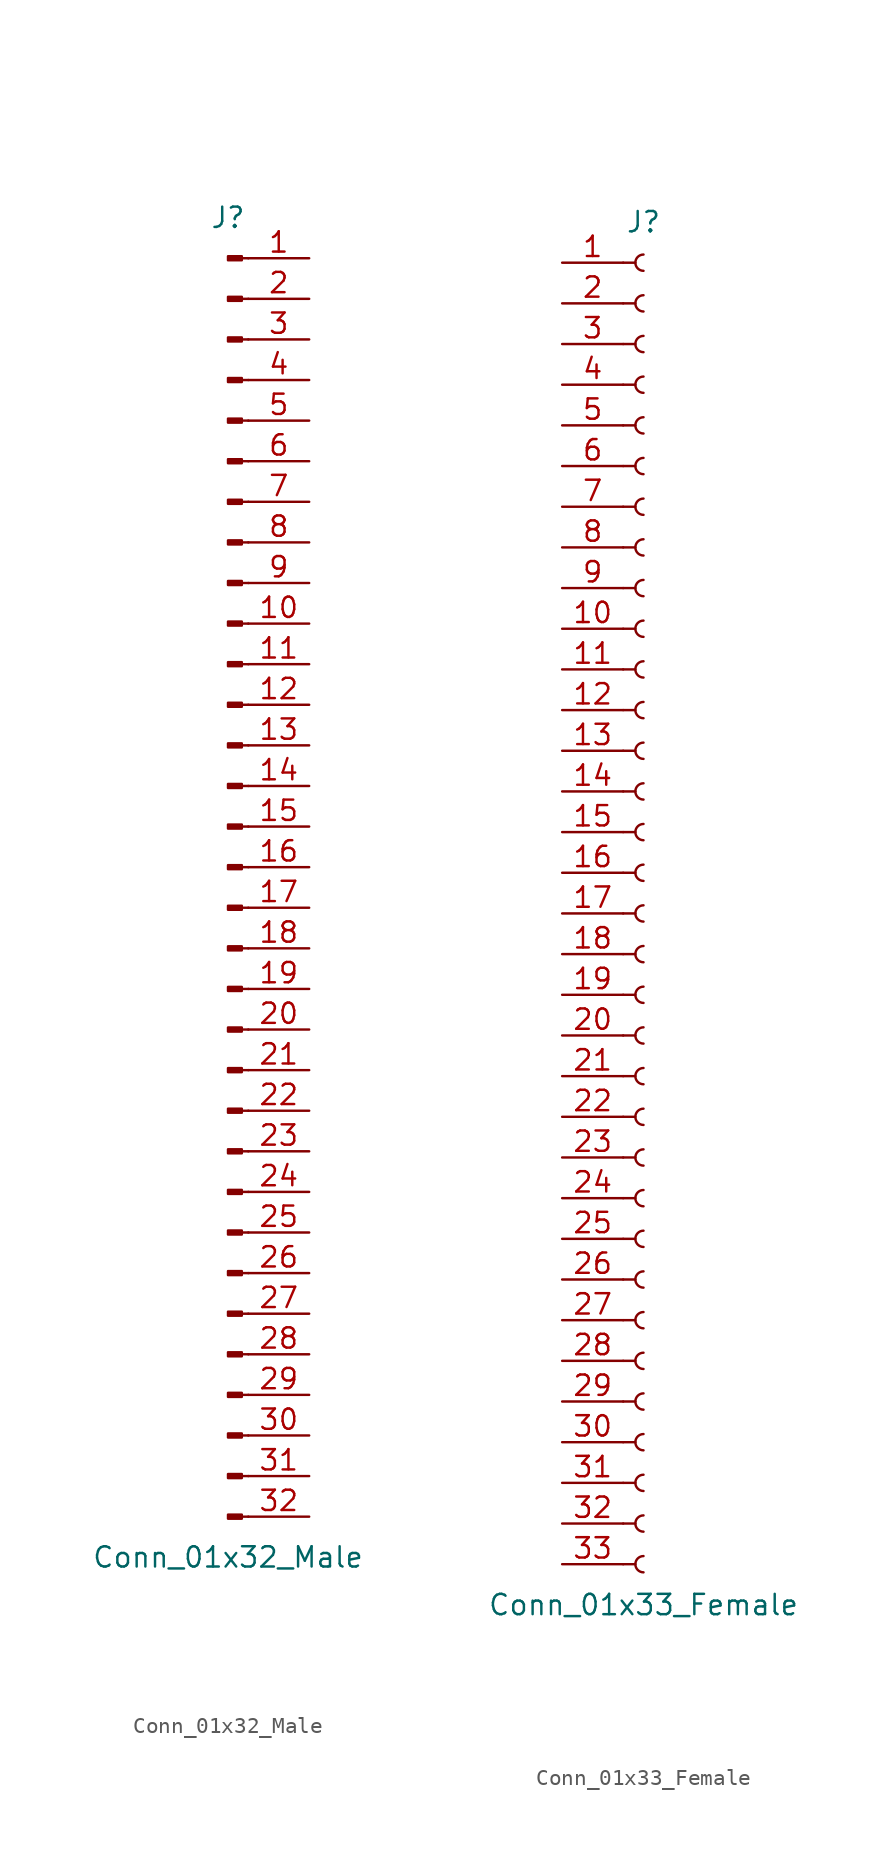
<source format=kicad_sym>
(kicad_symbol_lib
  (version 20201005)
  (generator kicad_symbol_editor)
  (symbol "Connector:Conn_01x32_Male"
    (pin_names
      (offset 1.016) hide)
    (property "Reference" "J"
      (at 0 40.64 0)
      (effects (font (size 1.27 1.27))))
    (property "Value" "Conn_01x32_Male"
      (at 0 -43.18 0)
      (effects (font (size 1.27 1.27))))
    (symbol "Conn_01x32_Male_1_1"
      (rectangle (start 0.864 -40.513) (end 0 -40.767) (stroke (width 0.152)) (fill (type outline)))
      (rectangle (start 0.864 -37.973) (end 0 -38.227) (stroke (width 0.152)) (fill (type outline)))
      (rectangle (start 0.864 -35.433) (end 0 -35.687) (stroke (width 0.152)) (fill (type outline)))
      (rectangle (start 0.864 -32.893) (end 0 -33.147) (stroke (width 0.152)) (fill (type outline)))
      (rectangle (start 0.864 -30.353) (end 0 -30.607) (stroke (width 0.152)) (fill (type outline)))
      (rectangle (start 0.864 -27.813) (end 0 -28.067) (stroke (width 0.152)) (fill (type outline)))
      (rectangle (start 0.864 -25.273) (end 0 -25.527) (stroke (width 0.152)) (fill (type outline)))
      (rectangle (start 0.864 -22.733) (end 0 -22.987) (stroke (width 0.152)) (fill (type outline)))
      (rectangle (start 0.864 -20.193) (end 0 -20.447) (stroke (width 0.152)) (fill (type outline)))
      (rectangle (start 0.864 -17.653) (end 0 -17.907) (stroke (width 0.152)) (fill (type outline)))
      (rectangle (start 0.864 -15.113) (end 0 -15.367) (stroke (width 0.152)) (fill (type outline)))
      (rectangle (start 0.864 -12.573) (end 0 -12.827) (stroke (width 0.152)) (fill (type outline)))
      (rectangle (start 0.864 -10.033) (end 0 -10.287) (stroke (width 0.152)) (fill (type outline)))
      (rectangle (start 0.864 -7.493) (end 0 -7.747) (stroke (width 0.152)) (fill (type outline)))
      (rectangle (start 0.864 -4.953) (end 0 -5.207) (stroke (width 0.152)) (fill (type outline)))
      (rectangle (start 0.864 -2.413) (end 0 -2.667) (stroke (width 0.152)) (fill (type outline)))
      (rectangle (start 0.864 0.127) (end 0 -0.127) (stroke (width 0.152)) (fill (type outline)))
      (rectangle (start 0.864 2.667) (end 0 2.413) (stroke (width 0.152)) (fill (type outline)))
      (rectangle (start 0.864 5.207) (end 0 4.953) (stroke (width 0.152)) (fill (type outline)))
      (rectangle (start 0.864 7.747) (end 0 7.493) (stroke (width 0.152)) (fill (type outline)))
      (rectangle (start 0.864 10.287) (end 0 10.033) (stroke (width 0.152)) (fill (type outline)))
      (rectangle (start 0.864 12.827) (end 0 12.573) (stroke (width 0.152)) (fill (type outline)))
      (rectangle (start 0.864 15.367) (end 0 15.113) (stroke (width 0.152)) (fill (type outline)))
      (rectangle (start 0.864 17.907) (end 0 17.653) (stroke (width 0.152)) (fill (type outline)))
      (rectangle (start 0.864 20.447) (end 0 20.193) (stroke (width 0.152)) (fill (type outline)))
      (rectangle (start 0.864 22.987) (end 0 22.733) (stroke (width 0.152)) (fill (type outline)))
      (rectangle (start 0.864 25.527) (end 0 25.273) (stroke (width 0.152)) (fill (type outline)))
      (rectangle (start 0.864 28.067) (end 0 27.813) (stroke (width 0.152)) (fill (type outline)))
      (rectangle (start 0.864 30.607) (end 0 30.353) (stroke (width 0.152)) (fill (type outline)))
      (rectangle (start 0.864 33.147) (end 0 32.893) (stroke (width 0.152)) (fill (type outline)))
      (rectangle (start 0.864 35.687) (end 0 35.433) (stroke (width 0.152)) (fill (type outline)))
      (rectangle (start 0.864 38.227) (end 0 37.973) (stroke (width 0.152)) (fill (type outline)))
      (polyline (pts (xy 1.27 -40.64) (xy 0.864 -40.64)) (stroke (width 0.152)) (fill (type none)))
      (polyline (pts (xy 1.27 -38.1) (xy 0.864 -38.1)) (stroke (width 0.152)) (fill (type none)))
      (polyline (pts (xy 1.27 -35.56) (xy 0.864 -35.56)) (stroke (width 0.152)) (fill (type none)))
      (polyline (pts (xy 1.27 -33.02) (xy 0.864 -33.02)) (stroke (width 0.152)) (fill (type none)))
      (polyline (pts (xy 1.27 -30.48) (xy 0.864 -30.48)) (stroke (width 0.152)) (fill (type none)))
      (polyline (pts (xy 1.27 -27.94) (xy 0.864 -27.94)) (stroke (width 0.152)) (fill (type none)))
      (polyline (pts (xy 1.27 -25.4) (xy 0.864 -25.4)) (stroke (width 0.152)) (fill (type none)))
      (polyline (pts (xy 1.27 -22.86) (xy 0.864 -22.86)) (stroke (width 0.152)) (fill (type none)))
      (polyline (pts (xy 1.27 -20.32) (xy 0.864 -20.32)) (stroke (width 0.152)) (fill (type none)))
      (polyline (pts (xy 1.27 -17.78) (xy 0.864 -17.78)) (stroke (width 0.152)) (fill (type none)))
      (polyline (pts (xy 1.27 -15.24) (xy 0.864 -15.24)) (stroke (width 0.152)) (fill (type none)))
      (polyline (pts (xy 1.27 -12.7) (xy 0.864 -12.7)) (stroke (width 0.152)) (fill (type none)))
      (polyline (pts (xy 1.27 -10.16) (xy 0.864 -10.16)) (stroke (width 0.152)) (fill (type none)))
      (polyline (pts (xy 1.27 -7.62) (xy 0.864 -7.62)) (stroke (width 0.152)) (fill (type none)))
      (polyline (pts (xy 1.27 -5.08) (xy 0.864 -5.08)) (stroke (width 0.152)) (fill (type none)))
      (polyline (pts (xy 1.27 -2.54) (xy 0.864 -2.54)) (stroke (width 0.152)) (fill (type none)))
      (polyline (pts (xy 1.27 0) (xy 0.864 0)) (stroke (width 0.152)) (fill (type none)))
      (polyline (pts (xy 1.27 2.54) (xy 0.864 2.54)) (stroke (width 0.152)) (fill (type none)))
      (polyline (pts (xy 1.27 5.08) (xy 0.864 5.08)) (stroke (width 0.152)) (fill (type none)))
      (polyline (pts (xy 1.27 7.62) (xy 0.864 7.62)) (stroke (width 0.152)) (fill (type none)))
      (polyline (pts (xy 1.27 10.16) (xy 0.864 10.16)) (stroke (width 0.152)) (fill (type none)))
      (polyline (pts (xy 1.27 12.7) (xy 0.864 12.7)) (stroke (width 0.152)) (fill (type none)))
      (polyline (pts (xy 1.27 15.24) (xy 0.864 15.24)) (stroke (width 0.152)) (fill (type none)))
      (polyline (pts (xy 1.27 17.78) (xy 0.864 17.78)) (stroke (width 0.152)) (fill (type none)))
      (polyline (pts (xy 1.27 20.32) (xy 0.864 20.32)) (stroke (width 0.152)) (fill (type none)))
      (polyline (pts (xy 1.27 22.86) (xy 0.864 22.86)) (stroke (width 0.152)) (fill (type none)))
      (polyline (pts (xy 1.27 25.4) (xy 0.864 25.4)) (stroke (width 0.152)) (fill (type none)))
      (polyline (pts (xy 1.27 27.94) (xy 0.864 27.94)) (stroke (width 0.152)) (fill (type none)))
      (polyline (pts (xy 1.27 30.48) (xy 0.864 30.48)) (stroke (width 0.152)) (fill (type none)))
      (polyline (pts (xy 1.27 33.02) (xy 0.864 33.02)) (stroke (width 0.152)) (fill (type none)))
      (polyline (pts (xy 1.27 35.56) (xy 0.864 35.56)) (stroke (width 0.152)) (fill (type none)))
      (polyline (pts (xy 1.27 38.1) (xy 0.864 38.1)) (stroke (width 0.152)) (fill (type none)))
      (pin passive line (at 5.08 38.1 180) (length 3.81) (name "Pin_1" (effects (font (size 1.27 1.27)))) (number "1" (effects (font (size 1.27 1.27)))))
      (pin passive line (at 5.08 15.24 180) (length 3.81) (name "Pin_10" (effects (font (size 1.27 1.27)))) (number "10" (effects (font (size 1.27 1.27)))))
      (pin passive line (at 5.08 12.7 180) (length 3.81) (name "Pin_11" (effects (font (size 1.27 1.27)))) (number "11" (effects (font (size 1.27 1.27)))))
      (pin passive line (at 5.08 10.16 180) (length 3.81) (name "Pin_12" (effects (font (size 1.27 1.27)))) (number "12" (effects (font (size 1.27 1.27)))))
      (pin passive line (at 5.08 7.62 180) (length 3.81) (name "Pin_13" (effects (font (size 1.27 1.27)))) (number "13" (effects (font (size 1.27 1.27)))))
      (pin passive line (at 5.08 5.08 180) (length 3.81) (name "Pin_14" (effects (font (size 1.27 1.27)))) (number "14" (effects (font (size 1.27 1.27)))))
      (pin passive line (at 5.08 2.54 180) (length 3.81) (name "Pin_15" (effects (font (size 1.27 1.27)))) (number "15" (effects (font (size 1.27 1.27)))))
      (pin passive line (at 5.08 0 180) (length 3.81) (name "Pin_16" (effects (font (size 1.27 1.27)))) (number "16" (effects (font (size 1.27 1.27)))))
      (pin passive line (at 5.08 -2.54 180) (length 3.81) (name "Pin_17" (effects (font (size 1.27 1.27)))) (number "17" (effects (font (size 1.27 1.27)))))
      (pin passive line (at 5.08 -5.08 180) (length 3.81) (name "Pin_18" (effects (font (size 1.27 1.27)))) (number "18" (effects (font (size 1.27 1.27)))))
      (pin passive line (at 5.08 -7.62 180) (length 3.81) (name "Pin_19" (effects (font (size 1.27 1.27)))) (number "19" (effects (font (size 1.27 1.27)))))
      (pin passive line (at 5.08 35.56 180) (length 3.81) (name "Pin_2" (effects (font (size 1.27 1.27)))) (number "2" (effects (font (size 1.27 1.27)))))
      (pin passive line (at 5.08 -10.16 180) (length 3.81) (name "Pin_20" (effects (font (size 1.27 1.27)))) (number "20" (effects (font (size 1.27 1.27)))))
      (pin passive line (at 5.08 -12.7 180) (length 3.81) (name "Pin_21" (effects (font (size 1.27 1.27)))) (number "21" (effects (font (size 1.27 1.27)))))
      (pin passive line (at 5.08 -15.24 180) (length 3.81) (name "Pin_22" (effects (font (size 1.27 1.27)))) (number "22" (effects (font (size 1.27 1.27)))))
      (pin passive line (at 5.08 -17.78 180) (length 3.81) (name "Pin_23" (effects (font (size 1.27 1.27)))) (number "23" (effects (font (size 1.27 1.27)))))
      (pin passive line (at 5.08 -20.32 180) (length 3.81) (name "Pin_24" (effects (font (size 1.27 1.27)))) (number "24" (effects (font (size 1.27 1.27)))))
      (pin passive line (at 5.08 -22.86 180) (length 3.81) (name "Pin_25" (effects (font (size 1.27 1.27)))) (number "25" (effects (font (size 1.27 1.27)))))
      (pin passive line (at 5.08 -25.4 180) (length 3.81) (name "Pin_26" (effects (font (size 1.27 1.27)))) (number "26" (effects (font (size 1.27 1.27)))))
      (pin passive line (at 5.08 -27.94 180) (length 3.81) (name "Pin_27" (effects (font (size 1.27 1.27)))) (number "27" (effects (font (size 1.27 1.27)))))
      (pin passive line (at 5.08 -30.48 180) (length 3.81) (name "Pin_28" (effects (font (size 1.27 1.27)))) (number "28" (effects (font (size 1.27 1.27)))))
      (pin passive line (at 5.08 -33.02 180) (length 3.81) (name "Pin_29" (effects (font (size 1.27 1.27)))) (number "29" (effects (font (size 1.27 1.27)))))
      (pin passive line (at 5.08 33.02 180) (length 3.81) (name "Pin_3" (effects (font (size 1.27 1.27)))) (number "3" (effects (font (size 1.27 1.27)))))
      (pin passive line (at 5.08 -35.56 180) (length 3.81) (name "Pin_30" (effects (font (size 1.27 1.27)))) (number "30" (effects (font (size 1.27 1.27)))))
      (pin passive line (at 5.08 -38.1 180) (length 3.81) (name "Pin_31" (effects (font (size 1.27 1.27)))) (number "31" (effects (font (size 1.27 1.27)))))
      (pin passive line (at 5.08 -40.64 180) (length 3.81) (name "Pin_32" (effects (font (size 1.27 1.27)))) (number "32" (effects (font (size 1.27 1.27)))))
      (pin passive line (at 5.08 30.48 180) (length 3.81) (name "Pin_4" (effects (font (size 1.27 1.27)))) (number "4" (effects (font (size 1.27 1.27)))))
      (pin passive line (at 5.08 27.94 180) (length 3.81) (name "Pin_5" (effects (font (size 1.27 1.27)))) (number "5" (effects (font (size 1.27 1.27)))))
      (pin passive line (at 5.08 25.4 180) (length 3.81) (name "Pin_6" (effects (font (size 1.27 1.27)))) (number "6" (effects (font (size 1.27 1.27)))))
      (pin passive line (at 5.08 22.86 180) (length 3.81) (name "Pin_7" (effects (font (size 1.27 1.27)))) (number "7" (effects (font (size 1.27 1.27)))))
      (pin passive line (at 5.08 20.32 180) (length 3.81) (name "Pin_8" (effects (font (size 1.27 1.27)))) (number "8" (effects (font (size 1.27 1.27)))))
      (pin passive line (at 5.08 17.78 180) (length 3.81) (name "Pin_9" (effects (font (size 1.27 1.27)))) (number "9" (effects (font (size 1.27 1.27)))))))
  (symbol "Connector:Conn_01x33_Female"
    (pin_names
      (offset 1.016) hide)
    (property "Reference" "J"
      (at 0 43.18 0)
      (effects (font (size 1.27 1.27))))
    (property "Value" "Conn_01x33_Female"
      (at 0 -43.18 0)
      (effects (font (size 1.27 1.27))))
    (symbol "Conn_01x33_Female_1_1"
      (arc (start 0 -40.132) (end 0 -41.148) (radius (at 0 -40.64) (length 0.508) (angles 90.1 -90.1)) (stroke (width 0.1524)) (fill (type none)))
      (arc (start 0 -37.592) (end 0 -38.608) (radius (at 0 -38.1) (length 0.508) (angles 90.1 -90.1)) (stroke (width 0.1524)) (fill (type none)))
      (arc (start 0 -35.052) (end 0 -36.068) (radius (at 0 -35.56) (length 0.508) (angles 90.1 -90.1)) (stroke (width 0.1524)) (fill (type none)))
      (arc (start 0 -32.512) (end 0 -33.528) (radius (at 0 -33.02) (length 0.508) (angles 90.1 -90.1)) (stroke (width 0.1524)) (fill (type none)))
      (arc (start 0 -29.972) (end 0 -30.988) (radius (at 0 -30.48) (length 0.508) (angles 90.1 -90.1)) (stroke (width 0.1524)) (fill (type none)))
      (arc (start 0 -27.432) (end 0 -28.448) (radius (at 0 -27.94) (length 0.508) (angles 90.1 -90.1)) (stroke (width 0.1524)) (fill (type none)))
      (arc (start 0 -24.892) (end 0 -25.908) (radius (at 0 -25.4) (length 0.508) (angles 90.1 -90.1)) (stroke (width 0.1524)) (fill (type none)))
      (arc (start 0 -22.352) (end 0 -23.368) (radius (at 0 -22.86) (length 0.508) (angles 90.1 -90.1)) (stroke (width 0.1524)) (fill (type none)))
      (arc (start 0 -19.812) (end 0 -20.828) (radius (at 0 -20.32) (length 0.508) (angles 90.1 -90.1)) (stroke (width 0.1524)) (fill (type none)))
      (arc (start 0 -17.272) (end 0 -18.288) (radius (at 0 -17.78) (length 0.508) (angles 90.1 -90.1)) (stroke (width 0.1524)) (fill (type none)))
      (arc (start 0 -14.732) (end 0 -15.748) (radius (at 0 -15.24) (length 0.508) (angles 90.1 -90.1)) (stroke (width 0.1524)) (fill (type none)))
      (arc (start 0 -12.192) (end 0 -13.208) (radius (at 0 -12.7) (length 0.508) (angles 90.1 -90.1)) (stroke (width 0.1524)) (fill (type none)))
      (arc (start 0 -9.652) (end 0 -10.668) (radius (at 0 -10.16) (length 0.508) (angles 90.1 -90.1)) (stroke (width 0.1524)) (fill (type none)))
      (arc (start 0 -7.112) (end 0 -8.128) (radius (at 0 -7.62) (length 0.508) (angles 90.1 -90.1)) (stroke (width 0.1524)) (fill (type none)))
      (arc (start 0 -4.572) (end 0 -5.588) (radius (at 0 -5.08) (length 0.508) (angles 90.1 -90.1)) (stroke (width 0.1524)) (fill (type none)))
      (arc (start 0 -2.032) (end 0 -3.048) (radius (at 0 -2.54) (length 0.508) (angles 90.1 -90.1)) (stroke (width 0.1524)) (fill (type none)))
      (arc (start 0 0.508) (end 0 -0.508) (radius (at 0 0) (length 0.508) (angles 90.1 -90.1)) (stroke (width 0.1524)) (fill (type none)))
      (arc (start 0 3.048) (end 0 2.032) (radius (at 0 2.54) (length 0.508) (angles 90.1 -90.1)) (stroke (width 0.1524)) (fill (type none)))
      (arc (start 0 5.588) (end 0 4.572) (radius (at 0 5.08) (length 0.508) (angles 90.1 -90.1)) (stroke (width 0.1524)) (fill (type none)))
      (arc (start 0 8.128) (end 0 7.112) (radius (at 0 7.62) (length 0.508) (angles 90.1 -90.1)) (stroke (width 0.1524)) (fill (type none)))
      (arc (start 0 10.668) (end 0 9.652) (radius (at 0 10.16) (length 0.508) (angles 90.1 -90.1)) (stroke (width 0.1524)) (fill (type none)))
      (arc (start 0 13.208) (end 0 12.192) (radius (at 0 12.7) (length 0.508) (angles 90.1 -90.1)) (stroke (width 0.1524)) (fill (type none)))
      (arc (start 0 15.748) (end 0 14.732) (radius (at 0 15.24) (length 0.508) (angles 90.1 -90.1)) (stroke (width 0.1524)) (fill (type none)))
      (arc (start 0 18.288) (end 0 17.272) (radius (at 0 17.78) (length 0.508) (angles 90.1 -90.1)) (stroke (width 0.1524)) (fill (type none)))
      (arc (start 0 20.828) (end 0 19.812) (radius (at 0 20.32) (length 0.508) (angles 90.1 -90.1)) (stroke (width 0.1524)) (fill (type none)))
      (arc (start 0 23.368) (end 0 22.352) (radius (at 0 22.86) (length 0.508) (angles 90.1 -90.1)) (stroke (width 0.1524)) (fill (type none)))
      (arc (start 0 25.908) (end 0 24.892) (radius (at 0 25.4) (length 0.508) (angles 90.1 -90.1)) (stroke (width 0.1524)) (fill (type none)))
      (arc (start 0 28.448) (end 0 27.432) (radius (at 0 27.94) (length 0.508) (angles 90.1 -90.1)) (stroke (width 0.1524)) (fill (type none)))
      (arc (start 0 30.988) (end 0 29.972) (radius (at 0 30.48) (length 0.508) (angles 90.1 -90.1)) (stroke (width 0.1524)) (fill (type none)))
      (arc (start 0 33.528) (end 0 32.512) (radius (at 0 33.02) (length 0.508) (angles 90.1 -90.1)) (stroke (width 0.1524)) (fill (type none)))
      (arc (start 0 36.068) (end 0 35.052) (radius (at 0 35.56) (length 0.508) (angles 90.1 -90.1)) (stroke (width 0.1524)) (fill (type none)))
      (arc (start 0 38.608) (end 0 37.592) (radius (at 0 38.1) (length 0.508) (angles 90.1 -90.1)) (stroke (width 0.1524)) (fill (type none)))
      (arc (start 0 41.148) (end 0 40.132) (radius (at 0 40.64) (length 0.508) (angles 90.1 -90.1)) (stroke (width 0.1524)) (fill (type none)))
      (polyline (pts (xy -1.27 -40.64) (xy -0.508 -40.64)) (stroke (width 0.152)) (fill (type none)))
      (polyline (pts (xy -1.27 -38.1) (xy -0.508 -38.1)) (stroke (width 0.152)) (fill (type none)))
      (polyline (pts (xy -1.27 -35.56) (xy -0.508 -35.56)) (stroke (width 0.152)) (fill (type none)))
      (polyline (pts (xy -1.27 -33.02) (xy -0.508 -33.02)) (stroke (width 0.152)) (fill (type none)))
      (polyline (pts (xy -1.27 -30.48) (xy -0.508 -30.48)) (stroke (width 0.152)) (fill (type none)))
      (polyline (pts (xy -1.27 -27.94) (xy -0.508 -27.94)) (stroke (width 0.152)) (fill (type none)))
      (polyline (pts (xy -1.27 -25.4) (xy -0.508 -25.4)) (stroke (width 0.152)) (fill (type none)))
      (polyline (pts (xy -1.27 -22.86) (xy -0.508 -22.86)) (stroke (width 0.152)) (fill (type none)))
      (polyline (pts (xy -1.27 -20.32) (xy -0.508 -20.32)) (stroke (width 0.152)) (fill (type none)))
      (polyline (pts (xy -1.27 -17.78) (xy -0.508 -17.78)) (stroke (width 0.152)) (fill (type none)))
      (polyline (pts (xy -1.27 -15.24) (xy -0.508 -15.24)) (stroke (width 0.152)) (fill (type none)))
      (polyline (pts (xy -1.27 -12.7) (xy -0.508 -12.7)) (stroke (width 0.152)) (fill (type none)))
      (polyline (pts (xy -1.27 -10.16) (xy -0.508 -10.16)) (stroke (width 0.152)) (fill (type none)))
      (polyline (pts (xy -1.27 -7.62) (xy -0.508 -7.62)) (stroke (width 0.152)) (fill (type none)))
      (polyline (pts (xy -1.27 -5.08) (xy -0.508 -5.08)) (stroke (width 0.152)) (fill (type none)))
      (polyline (pts (xy -1.27 -2.54) (xy -0.508 -2.54)) (stroke (width 0.152)) (fill (type none)))
      (polyline (pts (xy -1.27 0) (xy -0.508 0)) (stroke (width 0.152)) (fill (type none)))
      (polyline (pts (xy -1.27 2.54) (xy -0.508 2.54)) (stroke (width 0.152)) (fill (type none)))
      (polyline (pts (xy -1.27 5.08) (xy -0.508 5.08)) (stroke (width 0.152)) (fill (type none)))
      (polyline (pts (xy -1.27 7.62) (xy -0.508 7.62)) (stroke (width 0.152)) (fill (type none)))
      (polyline (pts (xy -1.27 10.16) (xy -0.508 10.16)) (stroke (width 0.152)) (fill (type none)))
      (polyline (pts (xy -1.27 12.7) (xy -0.508 12.7)) (stroke (width 0.152)) (fill (type none)))
      (polyline (pts (xy -1.27 15.24) (xy -0.508 15.24)) (stroke (width 0.152)) (fill (type none)))
      (polyline (pts (xy -1.27 17.78) (xy -0.508 17.78)) (stroke (width 0.152)) (fill (type none)))
      (polyline (pts (xy -1.27 20.32) (xy -0.508 20.32)) (stroke (width 0.152)) (fill (type none)))
      (polyline (pts (xy -1.27 22.86) (xy -0.508 22.86)) (stroke (width 0.152)) (fill (type none)))
      (polyline (pts (xy -1.27 25.4) (xy -0.508 25.4)) (stroke (width 0.152)) (fill (type none)))
      (polyline (pts (xy -1.27 27.94) (xy -0.508 27.94)) (stroke (width 0.152)) (fill (type none)))
      (polyline (pts (xy -1.27 30.48) (xy -0.508 30.48)) (stroke (width 0.152)) (fill (type none)))
      (polyline (pts (xy -1.27 33.02) (xy -0.508 33.02)) (stroke (width 0.152)) (fill (type none)))
      (polyline (pts (xy -1.27 35.56) (xy -0.508 35.56)) (stroke (width 0.152)) (fill (type none)))
      (polyline (pts (xy -1.27 38.1) (xy -0.508 38.1)) (stroke (width 0.152)) (fill (type none)))
      (polyline (pts (xy -1.27 40.64) (xy -0.508 40.64)) (stroke (width 0.152)) (fill (type none)))
      (pin passive line (at -5.08 40.64 0) (length 3.81) (name "Pin_1" (effects (font (size 1.27 1.27)))) (number "1" (effects (font (size 1.27 1.27)))))
      (pin passive line (at -5.08 17.78 0) (length 3.81) (name "Pin_10" (effects (font (size 1.27 1.27)))) (number "10" (effects (font (size 1.27 1.27)))))
      (pin passive line (at -5.08 15.24 0) (length 3.81) (name "Pin_11" (effects (font (size 1.27 1.27)))) (number "11" (effects (font (size 1.27 1.27)))))
      (pin passive line (at -5.08 12.7 0) (length 3.81) (name "Pin_12" (effects (font (size 1.27 1.27)))) (number "12" (effects (font (size 1.27 1.27)))))
      (pin passive line (at -5.08 10.16 0) (length 3.81) (name "Pin_13" (effects (font (size 1.27 1.27)))) (number "13" (effects (font (size 1.27 1.27)))))
      (pin passive line (at -5.08 7.62 0) (length 3.81) (name "Pin_14" (effects (font (size 1.27 1.27)))) (number "14" (effects (font (size 1.27 1.27)))))
      (pin passive line (at -5.08 5.08 0) (length 3.81) (name "Pin_15" (effects (font (size 1.27 1.27)))) (number "15" (effects (font (size 1.27 1.27)))))
      (pin passive line (at -5.08 2.54 0) (length 3.81) (name "Pin_16" (effects (font (size 1.27 1.27)))) (number "16" (effects (font (size 1.27 1.27)))))
      (pin passive line (at -5.08 0 0) (length 3.81) (name "Pin_17" (effects (font (size 1.27 1.27)))) (number "17" (effects (font (size 1.27 1.27)))))
      (pin passive line (at -5.08 -2.54 0) (length 3.81) (name "Pin_18" (effects (font (size 1.27 1.27)))) (number "18" (effects (font (size 1.27 1.27)))))
      (pin passive line (at -5.08 -5.08 0) (length 3.81) (name "Pin_19" (effects (font (size 1.27 1.27)))) (number "19" (effects (font (size 1.27 1.27)))))
      (pin passive line (at -5.08 38.1 0) (length 3.81) (name "Pin_2" (effects (font (size 1.27 1.27)))) (number "2" (effects (font (size 1.27 1.27)))))
      (pin passive line (at -5.08 -7.62 0) (length 3.81) (name "Pin_20" (effects (font (size 1.27 1.27)))) (number "20" (effects (font (size 1.27 1.27)))))
      (pin passive line (at -5.08 -10.16 0) (length 3.81) (name "Pin_21" (effects (font (size 1.27 1.27)))) (number "21" (effects (font (size 1.27 1.27)))))
      (pin passive line (at -5.08 -12.7 0) (length 3.81) (name "Pin_22" (effects (font (size 1.27 1.27)))) (number "22" (effects (font (size 1.27 1.27)))))
      (pin passive line (at -5.08 -15.24 0) (length 3.81) (name "Pin_23" (effects (font (size 1.27 1.27)))) (number "23" (effects (font (size 1.27 1.27)))))
      (pin passive line (at -5.08 -17.78 0) (length 3.81) (name "Pin_24" (effects (font (size 1.27 1.27)))) (number "24" (effects (font (size 1.27 1.27)))))
      (pin passive line (at -5.08 -20.32 0) (length 3.81) (name "Pin_25" (effects (font (size 1.27 1.27)))) (number "25" (effects (font (size 1.27 1.27)))))
      (pin passive line (at -5.08 -22.86 0) (length 3.81) (name "Pin_26" (effects (font (size 1.27 1.27)))) (number "26" (effects (font (size 1.27 1.27)))))
      (pin passive line (at -5.08 -25.4 0) (length 3.81) (name "Pin_27" (effects (font (size 1.27 1.27)))) (number "27" (effects (font (size 1.27 1.27)))))
      (pin passive line (at -5.08 -27.94 0) (length 3.81) (name "Pin_28" (effects (font (size 1.27 1.27)))) (number "28" (effects (font (size 1.27 1.27)))))
      (pin passive line (at -5.08 -30.48 0) (length 3.81) (name "Pin_29" (effects (font (size 1.27 1.27)))) (number "29" (effects (font (size 1.27 1.27)))))
      (pin passive line (at -5.08 35.56 0) (length 3.81) (name "Pin_3" (effects (font (size 1.27 1.27)))) (number "3" (effects (font (size 1.27 1.27)))))
      (pin passive line (at -5.08 -33.02 0) (length 3.81) (name "Pin_30" (effects (font (size 1.27 1.27)))) (number "30" (effects (font (size 1.27 1.27)))))
      (pin passive line (at -5.08 -35.56 0) (length 3.81) (name "Pin_31" (effects (font (size 1.27 1.27)))) (number "31" (effects (font (size 1.27 1.27)))))
      (pin passive line (at -5.08 -38.1 0) (length 3.81) (name "Pin_32" (effects (font (size 1.27 1.27)))) (number "32" (effects (font (size 1.27 1.27)))))
      (pin passive line (at -5.08 -40.64 0) (length 3.81) (name "Pin_33" (effects (font (size 1.27 1.27)))) (number "33" (effects (font (size 1.27 1.27)))))
      (pin passive line (at -5.08 33.02 0) (length 3.81) (name "Pin_4" (effects (font (size 1.27 1.27)))) (number "4" (effects (font (size 1.27 1.27)))))
      (pin passive line (at -5.08 30.48 0) (length 3.81) (name "Pin_5" (effects (font (size 1.27 1.27)))) (number "5" (effects (font (size 1.27 1.27)))))
      (pin passive line (at -5.08 27.94 0) (length 3.81) (name "Pin_6" (effects (font (size 1.27 1.27)))) (number "6" (effects (font (size 1.27 1.27)))))
      (pin passive line (at -5.08 25.4 0) (length 3.81) (name "Pin_7" (effects (font (size 1.27 1.27)))) (number "7" (effects (font (size 1.27 1.27)))))
      (pin passive line (at -5.08 22.86 0) (length 3.81) (name "Pin_8" (effects (font (size 1.27 1.27)))) (number "8" (effects (font (size 1.27 1.27)))))
      (pin passive line (at -5.08 20.32 0) (length 3.81) (name "Pin_9" (effects (font (size 1.27 1.27)))) (number "9" (effects (font (size 1.27 1.27))))))))
</source>
